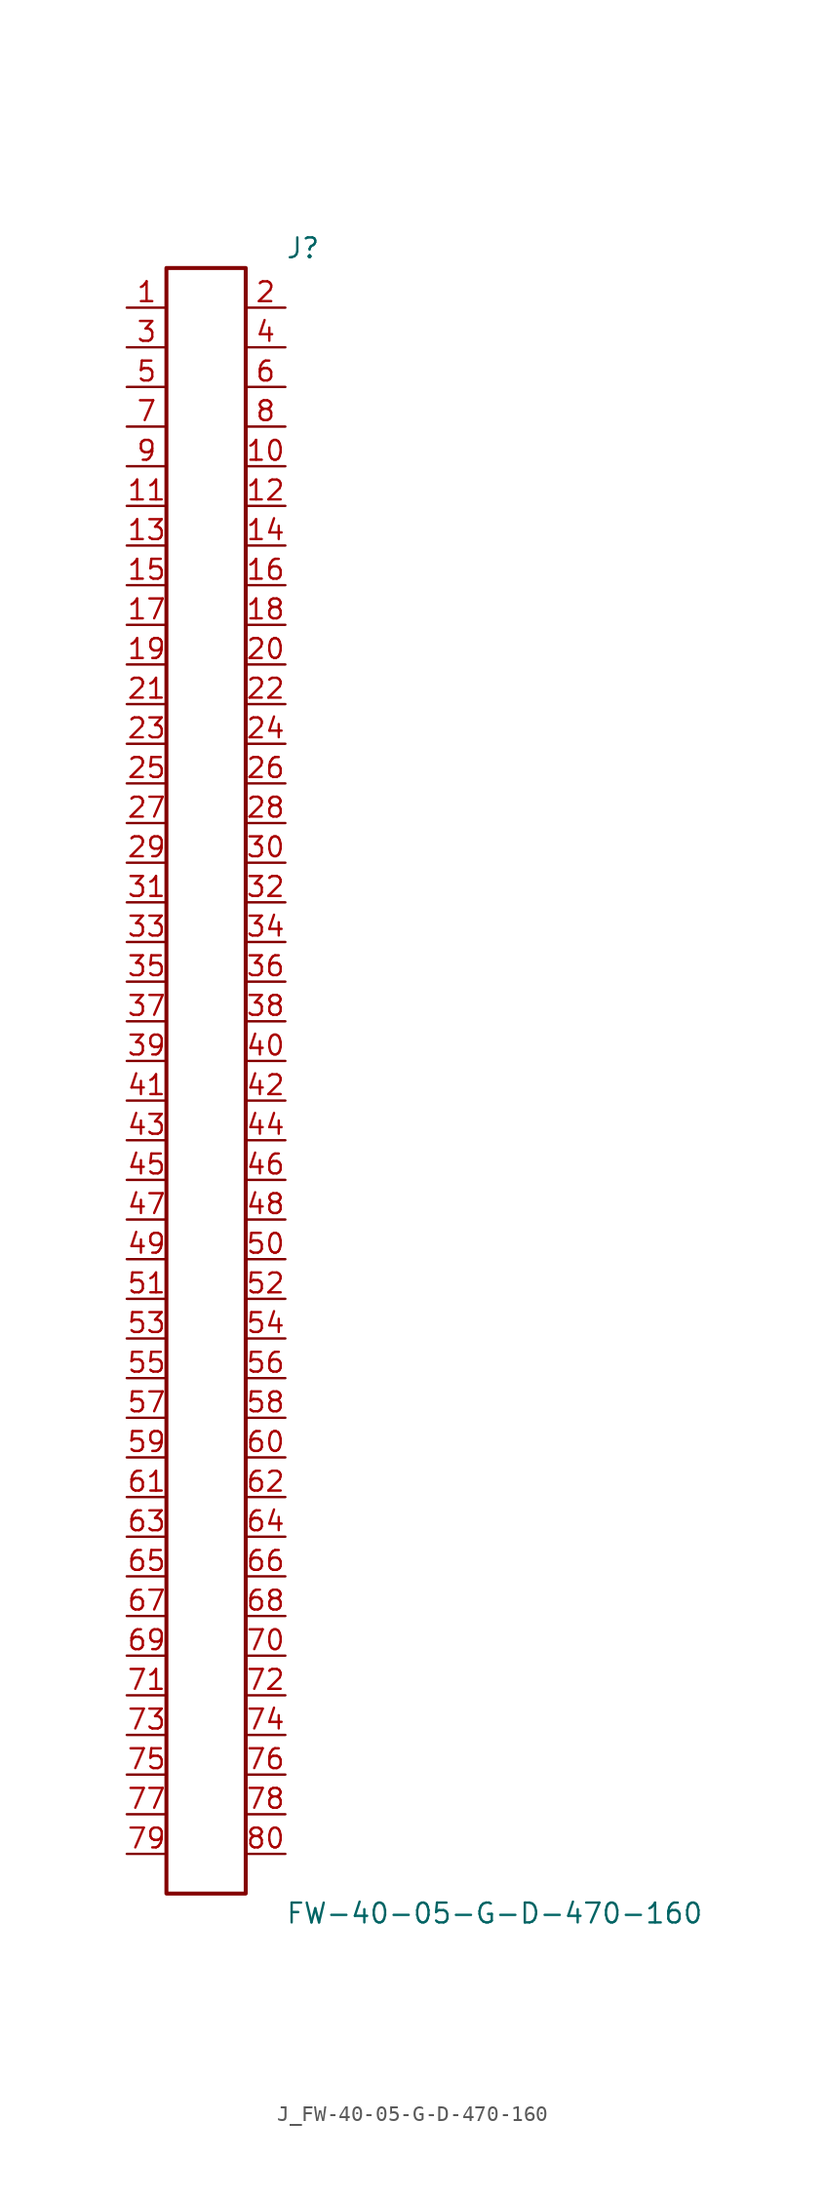
<source format=kicad_sym>
(kicad_symbol_lib
  (version 20231120)
  (generator kicad_symbol_editor)
  (generator_version 8.0)
  (symbol "J_FW-40-05-G-D-470-160"
    (pin_names
      (offset 0.254))
    (property "Reference" "J"
      (at 5.08 53.34 0)
      (effects (font (size 1.27 1.27)) (justify left)))
    (property "Value" "FW-40-05-G-D-470-160"
      (at 5.08 -53.34 0)
      (effects (font (size 1.27 1.27)) (justify left)))
    (symbol "J_FW-40-05-G-D-470-160_0_0"
      (pin unspecified line (at -5.08 49.53 0) (length 2.54) (name "" (effects (font (size 1.27 1.27)))) (number "1" (effects (font (size 1.27 1.27)))))
      (pin unspecified line (at 5.08 49.53 180) (length 2.54) (name "" (effects (font (size 1.27 1.27)))) (number "2" (effects (font (size 1.27 1.27)))))
      (pin unspecified line (at -5.08 46.99 0) (length 2.54) (name "" (effects (font (size 1.27 1.27)))) (number "3" (effects (font (size 1.27 1.27)))))
      (pin unspecified line (at 5.08 46.99 180) (length 2.54) (name "" (effects (font (size 1.27 1.27)))) (number "4" (effects (font (size 1.27 1.27)))))
      (pin unspecified line (at -5.08 44.45 0) (length 2.54) (name "" (effects (font (size 1.27 1.27)))) (number "5" (effects (font (size 1.27 1.27)))))
      (pin unspecified line (at 5.08 44.45 180) (length 2.54) (name "" (effects (font (size 1.27 1.27)))) (number "6" (effects (font (size 1.27 1.27)))))
      (pin unspecified line (at -5.08 41.91 0) (length 2.54) (name "" (effects (font (size 1.27 1.27)))) (number "7" (effects (font (size 1.27 1.27)))))
      (pin unspecified line (at 5.08 41.91 180) (length 2.54) (name "" (effects (font (size 1.27 1.27)))) (number "8" (effects (font (size 1.27 1.27)))))
      (pin unspecified line (at -5.08 39.37 0) (length 2.54) (name "" (effects (font (size 1.27 1.27)))) (number "9" (effects (font (size 1.27 1.27)))))
      (pin unspecified line (at 5.08 39.37 180) (length 2.54) (name "" (effects (font (size 1.27 1.27)))) (number "10" (effects (font (size 1.27 1.27)))))
      (pin unspecified line (at -5.08 36.83 0) (length 2.54) (name "" (effects (font (size 1.27 1.27)))) (number "11" (effects (font (size 1.27 1.27)))))
      (pin unspecified line (at 5.08 36.83 180) (length 2.54) (name "" (effects (font (size 1.27 1.27)))) (number "12" (effects (font (size 1.27 1.27)))))
      (pin unspecified line (at -5.08 34.29 0) (length 2.54) (name "" (effects (font (size 1.27 1.27)))) (number "13" (effects (font (size 1.27 1.27)))))
      (pin unspecified line (at 5.08 34.29 180) (length 2.54) (name "" (effects (font (size 1.27 1.27)))) (number "14" (effects (font (size 1.27 1.27)))))
      (pin unspecified line (at -5.08 31.75 0) (length 2.54) (name "" (effects (font (size 1.27 1.27)))) (number "15" (effects (font (size 1.27 1.27)))))
      (pin unspecified line (at 5.08 31.75 180) (length 2.54) (name "" (effects (font (size 1.27 1.27)))) (number "16" (effects (font (size 1.27 1.27)))))
      (pin unspecified line (at -5.08 29.21 0) (length 2.54) (name "" (effects (font (size 1.27 1.27)))) (number "17" (effects (font (size 1.27 1.27)))))
      (pin unspecified line (at 5.08 29.21 180) (length 2.54) (name "" (effects (font (size 1.27 1.27)))) (number "18" (effects (font (size 1.27 1.27)))))
      (pin unspecified line (at -5.08 26.67 0) (length 2.54) (name "" (effects (font (size 1.27 1.27)))) (number "19" (effects (font (size 1.27 1.27)))))
      (pin unspecified line (at 5.08 26.67 180) (length 2.54) (name "" (effects (font (size 1.27 1.27)))) (number "20" (effects (font (size 1.27 1.27)))))
      (pin unspecified line (at -5.08 24.13 0) (length 2.54) (name "" (effects (font (size 1.27 1.27)))) (number "21" (effects (font (size 1.27 1.27)))))
      (pin unspecified line (at 5.08 24.13 180) (length 2.54) (name "" (effects (font (size 1.27 1.27)))) (number "22" (effects (font (size 1.27 1.27)))))
      (pin unspecified line (at -5.08 21.59 0) (length 2.54) (name "" (effects (font (size 1.27 1.27)))) (number "23" (effects (font (size 1.27 1.27)))))
      (pin unspecified line (at 5.08 21.59 180) (length 2.54) (name "" (effects (font (size 1.27 1.27)))) (number "24" (effects (font (size 1.27 1.27)))))
      (pin unspecified line (at -5.08 19.05 0) (length 2.54) (name "" (effects (font (size 1.27 1.27)))) (number "25" (effects (font (size 1.27 1.27)))))
      (pin unspecified line (at 5.08 19.05 180) (length 2.54) (name "" (effects (font (size 1.27 1.27)))) (number "26" (effects (font (size 1.27 1.27)))))
      (pin unspecified line (at -5.08 16.51 0) (length 2.54) (name "" (effects (font (size 1.27 1.27)))) (number "27" (effects (font (size 1.27 1.27)))))
      (pin unspecified line (at 5.08 16.51 180) (length 2.54) (name "" (effects (font (size 1.27 1.27)))) (number "28" (effects (font (size 1.27 1.27)))))
      (pin unspecified line (at -5.08 13.97 0) (length 2.54) (name "" (effects (font (size 1.27 1.27)))) (number "29" (effects (font (size 1.27 1.27)))))
      (pin unspecified line (at 5.08 13.97 180) (length 2.54) (name "" (effects (font (size 1.27 1.27)))) (number "30" (effects (font (size 1.27 1.27)))))
      (pin unspecified line (at -5.08 11.43 0) (length 2.54) (name "" (effects (font (size 1.27 1.27)))) (number "31" (effects (font (size 1.27 1.27)))))
      (pin unspecified line (at 5.08 11.43 180) (length 2.54) (name "" (effects (font (size 1.27 1.27)))) (number "32" (effects (font (size 1.27 1.27)))))
      (pin unspecified line (at -5.08 8.89 0) (length 2.54) (name "" (effects (font (size 1.27 1.27)))) (number "33" (effects (font (size 1.27 1.27)))))
      (pin unspecified line (at 5.08 8.89 180) (length 2.54) (name "" (effects (font (size 1.27 1.27)))) (number "34" (effects (font (size 1.27 1.27)))))
      (pin unspecified line (at -5.08 6.35 0) (length 2.54) (name "" (effects (font (size 1.27 1.27)))) (number "35" (effects (font (size 1.27 1.27)))))
      (pin unspecified line (at 5.08 6.35 180) (length 2.54) (name "" (effects (font (size 1.27 1.27)))) (number "36" (effects (font (size 1.27 1.27)))))
      (pin unspecified line (at -5.08 3.81 0) (length 2.54) (name "" (effects (font (size 1.27 1.27)))) (number "37" (effects (font (size 1.27 1.27)))))
      (pin unspecified line (at 5.08 3.81 180) (length 2.54) (name "" (effects (font (size 1.27 1.27)))) (number "38" (effects (font (size 1.27 1.27)))))
      (pin unspecified line (at -5.08 1.27 0) (length 2.54) (name "" (effects (font (size 1.27 1.27)))) (number "39" (effects (font (size 1.27 1.27)))))
      (pin unspecified line (at 5.08 1.27 180) (length 2.54) (name "" (effects (font (size 1.27 1.27)))) (number "40" (effects (font (size 1.27 1.27)))))
      (pin unspecified line (at -5.08 -1.27 0) (length 2.54) (name "" (effects (font (size 1.27 1.27)))) (number "41" (effects (font (size 1.27 1.27)))))
      (pin unspecified line (at 5.08 -1.27 180) (length 2.54) (name "" (effects (font (size 1.27 1.27)))) (number "42" (effects (font (size 1.27 1.27)))))
      (pin unspecified line (at -5.08 -3.81 0) (length 2.54) (name "" (effects (font (size 1.27 1.27)))) (number "43" (effects (font (size 1.27 1.27)))))
      (pin unspecified line (at 5.08 -3.81 180) (length 2.54) (name "" (effects (font (size 1.27 1.27)))) (number "44" (effects (font (size 1.27 1.27)))))
      (pin unspecified line (at -5.08 -6.35 0) (length 2.54) (name "" (effects (font (size 1.27 1.27)))) (number "45" (effects (font (size 1.27 1.27)))))
      (pin unspecified line (at 5.08 -6.35 180) (length 2.54) (name "" (effects (font (size 1.27 1.27)))) (number "46" (effects (font (size 1.27 1.27)))))
      (pin unspecified line (at -5.08 -8.89 0) (length 2.54) (name "" (effects (font (size 1.27 1.27)))) (number "47" (effects (font (size 1.27 1.27)))))
      (pin unspecified line (at 5.08 -8.89 180) (length 2.54) (name "" (effects (font (size 1.27 1.27)))) (number "48" (effects (font (size 1.27 1.27)))))
      (pin unspecified line (at -5.08 -11.43 0) (length 2.54) (name "" (effects (font (size 1.27 1.27)))) (number "49" (effects (font (size 1.27 1.27)))))
      (pin unspecified line (at 5.08 -11.43 180) (length 2.54) (name "" (effects (font (size 1.27 1.27)))) (number "50" (effects (font (size 1.27 1.27)))))
      (pin unspecified line (at -5.08 -13.97 0) (length 2.54) (name "" (effects (font (size 1.27 1.27)))) (number "51" (effects (font (size 1.27 1.27)))))
      (pin unspecified line (at 5.08 -13.97 180) (length 2.54) (name "" (effects (font (size 1.27 1.27)))) (number "52" (effects (font (size 1.27 1.27)))))
      (pin unspecified line (at -5.08 -16.51 0) (length 2.54) (name "" (effects (font (size 1.27 1.27)))) (number "53" (effects (font (size 1.27 1.27)))))
      (pin unspecified line (at 5.08 -16.51 180) (length 2.54) (name "" (effects (font (size 1.27 1.27)))) (number "54" (effects (font (size 1.27 1.27)))))
      (pin unspecified line (at -5.08 -19.05 0) (length 2.54) (name "" (effects (font (size 1.27 1.27)))) (number "55" (effects (font (size 1.27 1.27)))))
      (pin unspecified line (at 5.08 -19.05 180) (length 2.54) (name "" (effects (font (size 1.27 1.27)))) (number "56" (effects (font (size 1.27 1.27)))))
      (pin unspecified line (at -5.08 -21.59 0) (length 2.54) (name "" (effects (font (size 1.27 1.27)))) (number "57" (effects (font (size 1.27 1.27)))))
      (pin unspecified line (at 5.08 -21.59 180) (length 2.54) (name "" (effects (font (size 1.27 1.27)))) (number "58" (effects (font (size 1.27 1.27)))))
      (pin unspecified line (at -5.08 -24.13 0) (length 2.54) (name "" (effects (font (size 1.27 1.27)))) (number "59" (effects (font (size 1.27 1.27)))))
      (pin unspecified line (at 5.08 -24.13 180) (length 2.54) (name "" (effects (font (size 1.27 1.27)))) (number "60" (effects (font (size 1.27 1.27)))))
      (pin unspecified line (at -5.08 -26.67 0) (length 2.54) (name "" (effects (font (size 1.27 1.27)))) (number "61" (effects (font (size 1.27 1.27)))))
      (pin unspecified line (at 5.08 -26.67 180) (length 2.54) (name "" (effects (font (size 1.27 1.27)))) (number "62" (effects (font (size 1.27 1.27)))))
      (pin unspecified line (at -5.08 -29.21 0) (length 2.54) (name "" (effects (font (size 1.27 1.27)))) (number "63" (effects (font (size 1.27 1.27)))))
      (pin unspecified line (at 5.08 -29.21 180) (length 2.54) (name "" (effects (font (size 1.27 1.27)))) (number "64" (effects (font (size 1.27 1.27)))))
      (pin unspecified line (at -5.08 -31.75 0) (length 2.54) (name "" (effects (font (size 1.27 1.27)))) (number "65" (effects (font (size 1.27 1.27)))))
      (pin unspecified line (at 5.08 -31.75 180) (length 2.54) (name "" (effects (font (size 1.27 1.27)))) (number "66" (effects (font (size 1.27 1.27)))))
      (pin unspecified line (at -5.08 -34.29 0) (length 2.54) (name "" (effects (font (size 1.27 1.27)))) (number "67" (effects (font (size 1.27 1.27)))))
      (pin unspecified line (at 5.08 -34.29 180) (length 2.54) (name "" (effects (font (size 1.27 1.27)))) (number "68" (effects (font (size 1.27 1.27)))))
      (pin unspecified line (at -5.08 -36.83 0) (length 2.54) (name "" (effects (font (size 1.27 1.27)))) (number "69" (effects (font (size 1.27 1.27)))))
      (pin unspecified line (at 5.08 -36.83 180) (length 2.54) (name "" (effects (font (size 1.27 1.27)))) (number "70" (effects (font (size 1.27 1.27)))))
      (pin unspecified line (at -5.08 -39.37 0) (length 2.54) (name "" (effects (font (size 1.27 1.27)))) (number "71" (effects (font (size 1.27 1.27)))))
      (pin unspecified line (at 5.08 -39.37 180) (length 2.54) (name "" (effects (font (size 1.27 1.27)))) (number "72" (effects (font (size 1.27 1.27)))))
      (pin unspecified line (at -5.08 -41.91 0) (length 2.54) (name "" (effects (font (size 1.27 1.27)))) (number "73" (effects (font (size 1.27 1.27)))))
      (pin unspecified line (at 5.08 -41.91 180) (length 2.54) (name "" (effects (font (size 1.27 1.27)))) (number "74" (effects (font (size 1.27 1.27)))))
      (pin unspecified line (at -5.08 -44.45 0) (length 2.54) (name "" (effects (font (size 1.27 1.27)))) (number "75" (effects (font (size 1.27 1.27)))))
      (pin unspecified line (at 5.08 -44.45 180) (length 2.54) (name "" (effects (font (size 1.27 1.27)))) (number "76" (effects (font (size 1.27 1.27)))))
      (pin unspecified line (at -5.08 -46.99 0) (length 2.54) (name "" (effects (font (size 1.27 1.27)))) (number "77" (effects (font (size 1.27 1.27)))))
      (pin unspecified line (at 5.08 -46.99 180) (length 2.54) (name "" (effects (font (size 1.27 1.27)))) (number "78" (effects (font (size 1.27 1.27)))))
      (pin unspecified line (at -5.08 -49.53 0) (length 2.54) (name "" (effects (font (size 1.27 1.27)))) (number "79" (effects (font (size 1.27 1.27)))))
      (pin unspecified line (at 5.08 -49.53 180) (length 2.54) (name "" (effects (font (size 1.27 1.27)))) (number "80" (effects (font (size 1.27 1.27))))))
    (symbol "J_FW-40-05-G-D-470-160_1_0"
      (rectangle (start -2.54 52.07) (end 2.54 -52.07) (stroke (width 0.254) (type solid)) (fill (type none))))))
</source>
